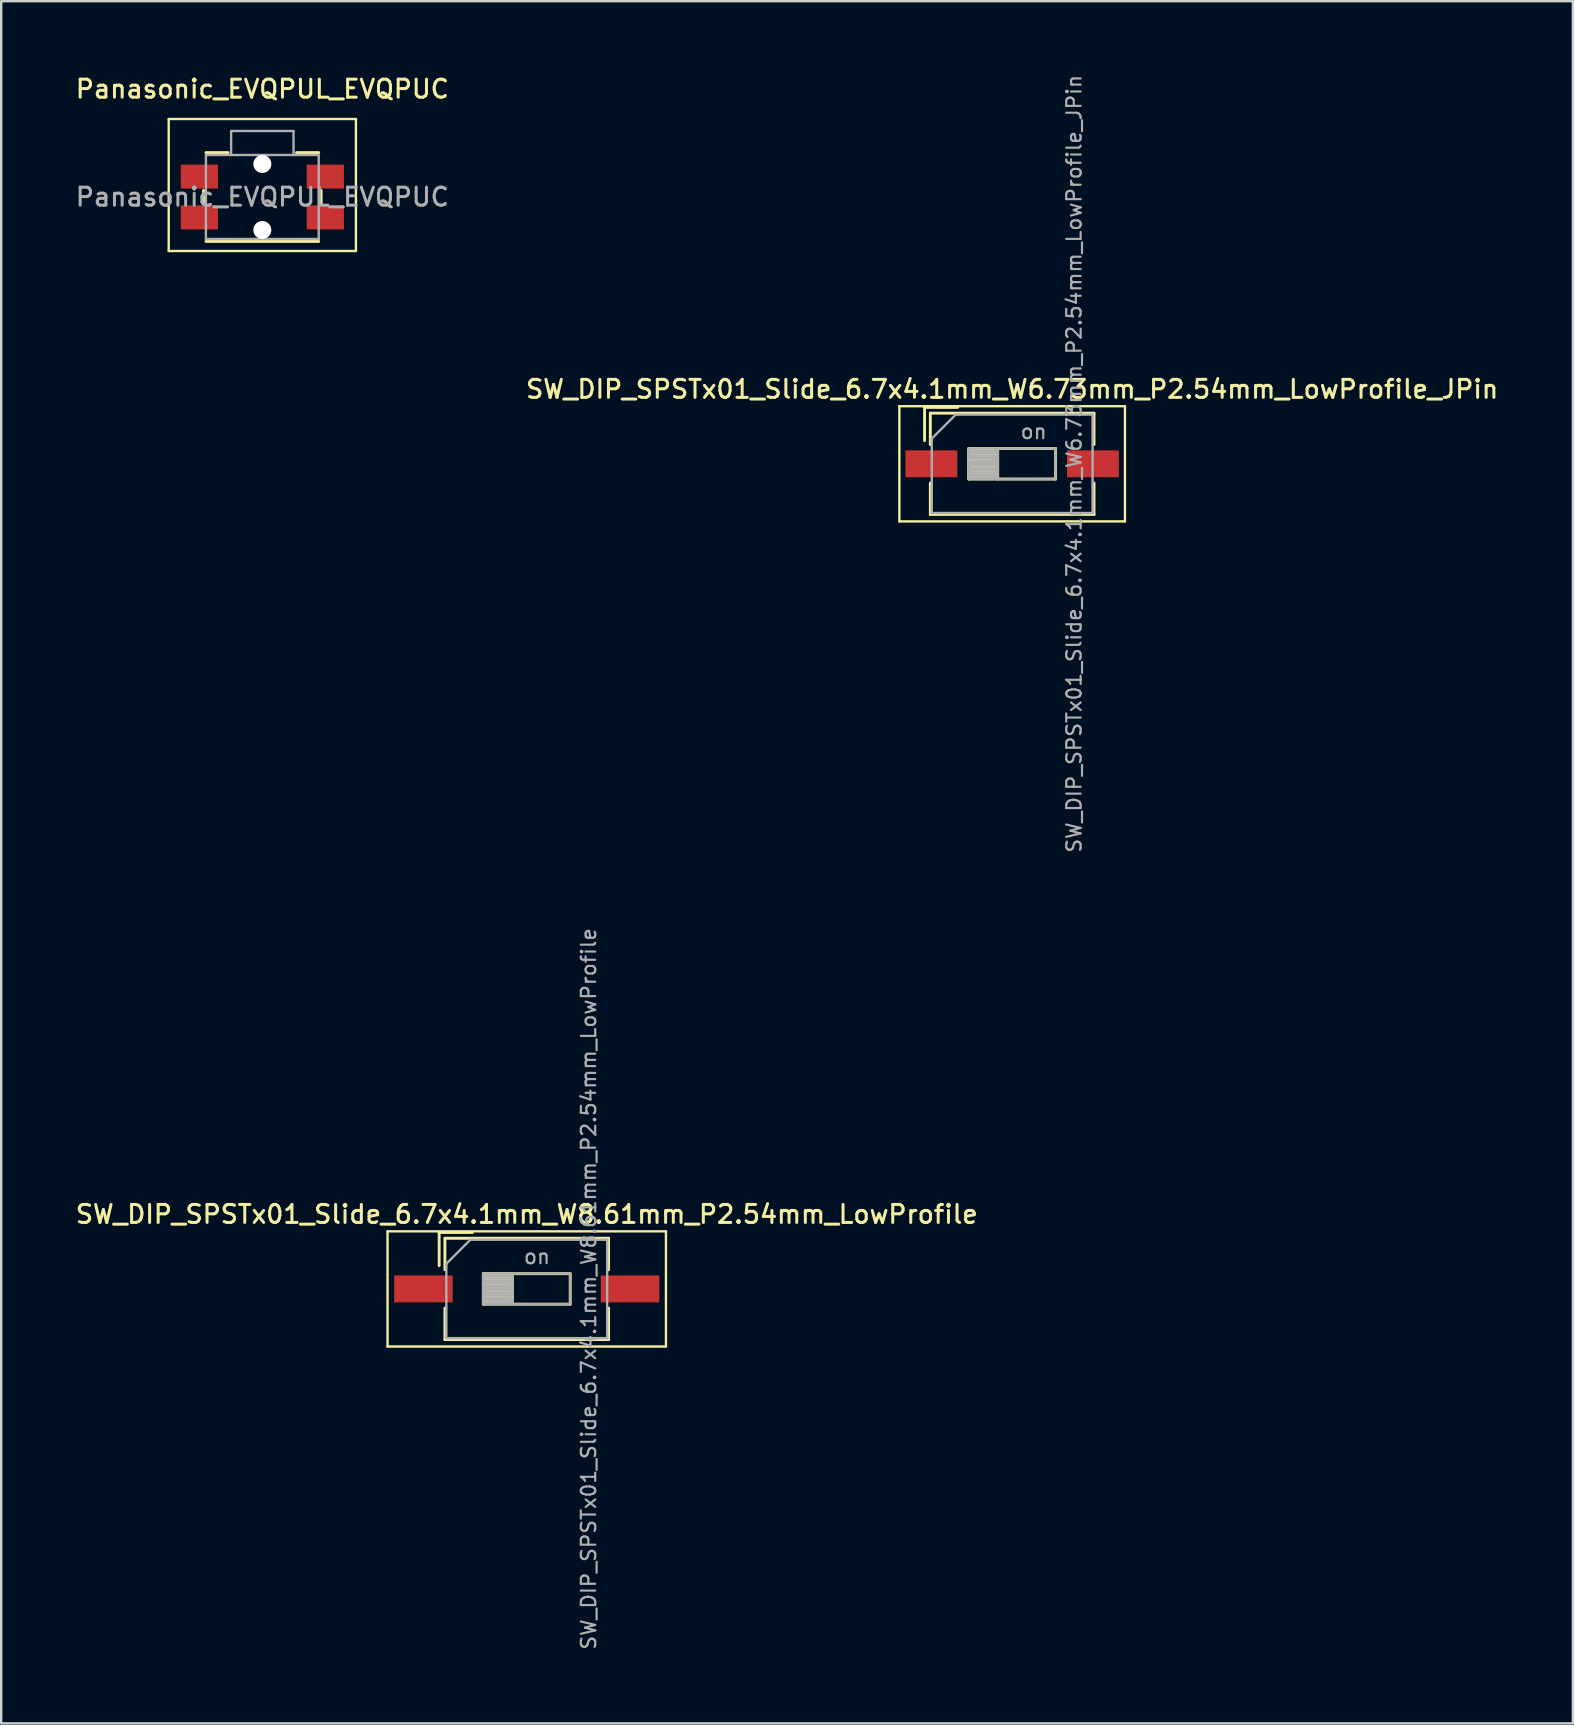
<source format=kicad_pcb>
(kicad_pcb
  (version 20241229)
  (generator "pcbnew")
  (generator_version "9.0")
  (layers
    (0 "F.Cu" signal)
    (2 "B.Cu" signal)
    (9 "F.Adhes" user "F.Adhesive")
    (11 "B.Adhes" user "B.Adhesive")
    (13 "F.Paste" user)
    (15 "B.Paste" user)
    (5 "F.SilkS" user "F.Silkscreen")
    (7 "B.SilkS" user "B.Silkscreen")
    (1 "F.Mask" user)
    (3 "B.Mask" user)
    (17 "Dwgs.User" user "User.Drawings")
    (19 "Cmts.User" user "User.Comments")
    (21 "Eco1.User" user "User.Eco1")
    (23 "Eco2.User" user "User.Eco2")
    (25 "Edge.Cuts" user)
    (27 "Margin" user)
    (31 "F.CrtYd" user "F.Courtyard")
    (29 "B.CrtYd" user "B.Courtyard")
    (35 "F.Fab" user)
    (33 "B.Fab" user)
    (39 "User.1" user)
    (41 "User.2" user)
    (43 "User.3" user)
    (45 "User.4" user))
  (footprint "SW_DIP_SPSTx01_Slide_6.7x4.1mm_W8.61mm_P2.54mm_LowProfile"
    (layer "F.Cu")
    (at 18.898 50.654)
    (property "Reference" "SW_DIP_SPSTx01_Slide_6.7x4.1mm_W8.61mm_P2.54mm_LowProfile" (at 0 -3.11 0) (layer "F.SilkS") (effects (font (size 0.75 0.75) (thickness 0.125))))
    (attr smd)
    (fp_line (start -5.8 -2.4) (end -5.8 2.4) (stroke (width 0.1) (type solid)) (layer "F.SilkS"))
    (fp_line (start -5.8 2.4) (end 5.8 2.4) (stroke (width 0.1) (type solid)) (layer "F.SilkS"))
    (fp_line (start -3.65 -2.35) (end -3.65 -0.967) (stroke (width 0.12) (type solid)) (layer "F.SilkS"))
    (fp_line (start -3.65 -2.35) (end -2.267 -2.35) (stroke (width 0.12) (type solid)) (layer "F.SilkS"))
    (fp_line (start -3.41 -2.11) (end -3.41 -0.8) (stroke (width 0.12) (type solid)) (layer "F.SilkS"))
    (fp_line (start -3.41 -2.11) (end 3.41 -2.11) (stroke (width 0.12) (type solid)) (layer "F.SilkS"))
    (fp_line (start -3.41 0.8) (end -3.41 2.11) (stroke (width 0.12) (type solid)) (layer "F.SilkS"))
    (fp_line (start -3.41 2.11) (end 3.41 2.11) (stroke (width 0.12) (type solid)) (layer "F.SilkS"))
    (fp_line (start -1.81 -0.635) (end -1.81 0.635) (stroke (width 0.12) (type solid)) (layer "F.SilkS"))
    (fp_line (start -1.81 -0.515) (end -0.603 -0.515) (stroke (width 0.12) (type solid)) (layer "F.SilkS"))
    (fp_line (start -1.81 -0.395) (end -0.603 -0.395) (stroke (width 0.12) (type solid)) (layer "F.SilkS"))
    (fp_line (start -1.81 -0.275) (end -0.603 -0.275) (stroke (width 0.12) (type solid)) (layer "F.SilkS"))
    (fp_line (start -1.81 -0.155) (end -0.603 -0.155) (stroke (width 0.12) (type solid)) (layer "F.SilkS"))
    (fp_line (start -1.81 -0.035) (end -0.603 -0.035) (stroke (width 0.12) (type solid)) (layer "F.SilkS"))
    (fp_line (start -1.81 0.085) (end -0.603 0.085) (stroke (width 0.12) (type solid)) (layer "F.SilkS"))
    (fp_line (start -1.81 0.205) (end -0.603 0.205) (stroke (width 0.12) (type solid)) (layer "F.SilkS"))
    (fp_line (start -1.81 0.325) (end -0.603 0.325) (stroke (width 0.12) (type solid)) (layer "F.SilkS"))
    (fp_line (start -1.81 0.445) (end -0.603 0.445) (stroke (width 0.12) (type solid)) (layer "F.SilkS"))
    (fp_line (start -1.81 0.565) (end -0.603 0.565) (stroke (width 0.12) (type solid)) (layer "F.SilkS"))
    (fp_line (start -1.81 0.635) (end 1.81 0.635) (stroke (width 0.12) (type solid)) (layer "F.SilkS"))
    (fp_line (start -0.603 -0.635) (end -0.603 0.635) (stroke (width 0.12) (type solid)) (layer "F.SilkS"))
    (fp_line (start 1.81 -0.635) (end -1.81 -0.635) (stroke (width 0.12) (type solid)) (layer "F.SilkS"))
    (fp_line (start 1.81 0.635) (end 1.81 -0.635) (stroke (width 0.12) (type solid)) (layer "F.SilkS"))
    (fp_line (start 3.41 -2.11) (end 3.41 -0.8) (stroke (width 0.12) (type solid)) (layer "F.SilkS"))
    (fp_line (start 3.41 0.8) (end 3.41 2.11) (stroke (width 0.12) (type solid)) (layer "F.SilkS"))
    (fp_line (start 5.8 -2.4) (end -5.8 -2.4) (stroke (width 0.1) (type solid)) (layer "F.SilkS"))
    (fp_line (start 5.8 2.4) (end 5.8 -2.4) (stroke (width 0.1) (type solid)) (layer "F.SilkS"))
    (fp_line (start -3.35 -1.05) (end -2.35 -2.05) (stroke (width 0.1) (type solid)) (layer "F.Fab"))
    (fp_line (start -3.35 2.05) (end -3.35 -1.05) (stroke (width 0.1) (type solid)) (layer "F.Fab"))
    (fp_line (start -2.35 -2.05) (end 3.35 -2.05) (stroke (width 0.1) (type solid)) (layer "F.Fab"))
    (fp_line (start -1.81 -0.635) (end -1.81 0.635) (stroke (width 0.1) (type solid)) (layer "F.Fab"))
    (fp_line (start -1.81 -0.535) (end -0.603 -0.535) (stroke (width 0.1) (type solid)) (layer "F.Fab"))
    (fp_line (start -1.81 -0.435) (end -0.603 -0.435) (stroke (width 0.1) (type solid)) (layer "F.Fab"))
    (fp_line (start -1.81 -0.335) (end -0.603 -0.335) (stroke (width 0.1) (type solid)) (layer "F.Fab"))
    (fp_line (start -1.81 -0.235) (end -0.603 -0.235) (stroke (width 0.1) (type solid)) (layer "F.Fab"))
    (fp_line (start -1.81 -0.135) (end -0.603 -0.135) (stroke (width 0.1) (type solid)) (layer "F.Fab"))
    (fp_line (start -1.81 -0.035) (end -0.603 -0.035) (stroke (width 0.1) (type solid)) (layer "F.Fab"))
    (fp_line (start -1.81 0.065) (end -0.603 0.065) (stroke (width 0.1) (type solid)) (layer "F.Fab"))
    (fp_line (start -1.81 0.165) (end -0.603 0.165) (stroke (width 0.1) (type solid)) (layer "F.Fab"))
    (fp_line (start -1.81 0.265) (end -0.603 0.265) (stroke (width 0.1) (type solid)) (layer "F.Fab"))
    (fp_line (start -1.81 0.365) (end -0.603 0.365) (stroke (width 0.1) (type solid)) (layer "F.Fab"))
    (fp_line (start -1.81 0.465) (end -0.603 0.465) (stroke (width 0.1) (type solid)) (layer "F.Fab"))
    (fp_line (start -1.81 0.565) (end -0.603 0.565) (stroke (width 0.1) (type solid)) (layer "F.Fab"))
    (fp_line (start -1.81 0.635) (end 1.81 0.635) (stroke (width 0.1) (type solid)) (layer "F.Fab"))
    (fp_line (start -0.603 -0.635) (end -0.603 0.635) (stroke (width 0.1) (type solid)) (layer "F.Fab"))
    (fp_line (start 1.81 -0.635) (end -1.81 -0.635) (stroke (width 0.1) (type solid)) (layer "F.Fab"))
    (fp_line (start 1.81 0.635) (end 1.81 -0.635) (stroke (width 0.1) (type solid)) (layer "F.Fab"))
    (fp_line (start 3.35 -2.05) (end 3.35 2.05) (stroke (width 0.1) (type solid)) (layer "F.Fab"))
    (fp_line (start 3.35 2.05) (end -3.35 2.05) (stroke (width 0.1) (type solid)) (layer "F.Fab"))
    (fp_text user "${REFERENCE}" (at 2.58 0 90) (layer "F.Fab") (effects (font (size 0.6 0.6) (thickness 0.09))))
    (fp_text user "on" (at 0.427 -1.343 0) (layer "F.Fab") (effects (font (size 0.6 0.6) (thickness 0.09))))
    (pad "1" smd rect (at -4.305 0) (size 2.44 1.12) (layers "F.Cu" "F.Mask" "F.Paste"))
    (pad "2" smd rect (at 4.305 0) (size 2.44 1.12) (layers "F.Cu" "F.Mask" "F.Paste")))
  (footprint "Panasonic_EVQPUL_EVQPUC"
    (layer "F.Cu")
    (at 7.88 5.158)
    (property "Reference" "Panasonic_EVQPUL_EVQPUC" (at 0 -4.5 0) (layer "F.SilkS") (effects (font (size 0.75 0.75) (thickness 0.125))))
    (attr smd)
    (fp_line (start -3.9 2.25) (end -3.9 -3.25) (stroke (width 0.1) (type solid)) (layer "F.SilkS"))
    (fp_line (start -2.45 0.275) (end -2.45 -0.275) (stroke (width 0.12) (type solid)) (layer "F.SilkS"))
    (fp_line (start -1.425 -1.85) (end -2.35 -1.85) (stroke (width 0.12) (type solid)) (layer "F.SilkS"))
    (fp_line (start 2.35 -1.85) (end 1.425 -1.85) (stroke (width 0.12) (type solid)) (layer "F.SilkS"))
    (fp_line (start 2.35 1.85) (end -2.35 1.85) (stroke (width 0.12) (type solid)) (layer "F.SilkS"))
    (fp_line (start 2.45 0.275) (end 2.45 -0.275) (stroke (width 0.12) (type solid)) (layer "F.SilkS"))
    (fp_line (start 3.9 -3.25) (end -3.9 -3.25) (stroke (width 0.1) (type solid)) (layer "F.SilkS"))
    (fp_line (start 3.9 2.25) (end -3.9 2.25) (stroke (width 0.1) (type solid)) (layer "F.SilkS"))
    (fp_line (start 3.9 2.25) (end 3.9 -3.25) (stroke (width 0.1) (type solid)) (layer "F.SilkS"))
    (fp_line (start -2.35 1.75) (end -2.35 -1.75) (stroke (width 0.1) (type solid)) (layer "F.Fab"))
    (fp_line (start -1.3 -2.75) (end -1.3 -1.75) (stroke (width 0.1) (type solid)) (layer "F.Fab"))
    (fp_line (start 1.3 -2.75) (end -1.3 -2.75) (stroke (width 0.1) (type solid)) (layer "F.Fab"))
    (fp_line (start 1.3 -2.75) (end 1.3 -1.75) (stroke (width 0.1) (type solid)) (layer "F.Fab"))
    (fp_line (start 2.35 -1.75) (end -2.35 -1.75) (stroke (width 0.1) (type solid)) (layer "F.Fab"))
    (fp_line (start 2.35 1.75) (end -2.35 1.75) (stroke (width 0.1) (type solid)) (layer "F.Fab"))
    (fp_line (start 2.35 1.75) (end 2.35 -1.75) (stroke (width 0.1) (type solid)) (layer "F.Fab"))
    (fp_text user "${REFERENCE}" (at 0 0 0) (layer "F.Fab") (effects (font (size 0.75 0.75) (thickness 0.125))))
    (pad "" np_thru_hole circle (at 0 -1.375 180) (size 0.75 0.75) (drill 0.75) (layers "*.Cu" "*.Mask"))
    (pad "" np_thru_hole circle (at 0 1.375 180) (size 0.75 0.75) (drill 0.75) (layers "*.Cu" "*.Mask"))
    (pad "1" smd rect (at -2.625 -0.85 180) (size 1.55 1) (layers "F.Cu" "F.Mask" "F.Paste"))
    (pad "1" smd rect (at 2.625 -0.85 180) (size 1.55 1) (layers "F.Cu" "F.Mask" "F.Paste"))
    (pad "2" smd rect (at -2.625 0.85 180) (size 1.55 1) (layers "F.Cu" "F.Mask" "F.Paste"))
    (pad "2" smd rect (at 2.625 0.85 180) (size 1.55 1) (layers "F.Cu" "F.Mask" "F.Paste")))
  (footprint "SW_DIP_SPSTx01_Slide_6.7x4.1mm_W6.73mm_P2.54mm_LowProfile_JPin"
    (layer "F.Cu")
    (at 39.123 16.275)
    (property "Reference" "SW_DIP_SPSTx01_Slide_6.7x4.1mm_W6.73mm_P2.54mm_LowProfile_JPin" (at 0 -3.11 0) (layer "F.SilkS") (effects (font (size 0.75 0.75) (thickness 0.125))))
    (attr smd)
    (fp_line (start -4.7 -2.4) (end -4.7 2.4) (stroke (width 0.1) (type solid)) (layer "F.SilkS"))
    (fp_line (start -4.7 2.4) (end 4.7 2.4) (stroke (width 0.1) (type solid)) (layer "F.SilkS"))
    (fp_line (start -3.65 -2.35) (end -3.65 -0.967) (stroke (width 0.12) (type solid)) (layer "F.SilkS"))
    (fp_line (start -3.65 -2.35) (end -2.267 -2.35) (stroke (width 0.12) (type solid)) (layer "F.SilkS"))
    (fp_line (start -3.41 -2.11) (end -3.41 -0.8) (stroke (width 0.12) (type solid)) (layer "F.SilkS"))
    (fp_line (start -3.41 -2.11) (end 3.41 -2.11) (stroke (width 0.12) (type solid)) (layer "F.SilkS"))
    (fp_line (start -3.41 0.8) (end -3.41 2.11) (stroke (width 0.12) (type solid)) (layer "F.SilkS"))
    (fp_line (start -3.41 2.11) (end 3.41 2.11) (stroke (width 0.12) (type solid)) (layer "F.SilkS"))
    (fp_line (start -1.81 -0.635) (end -1.81 0.635) (stroke (width 0.12) (type solid)) (layer "F.SilkS"))
    (fp_line (start -1.81 -0.515) (end -0.603 -0.515) (stroke (width 0.12) (type solid)) (layer "F.SilkS"))
    (fp_line (start -1.81 -0.395) (end -0.603 -0.395) (stroke (width 0.12) (type solid)) (layer "F.SilkS"))
    (fp_line (start -1.81 -0.275) (end -0.603 -0.275) (stroke (width 0.12) (type solid)) (layer "F.SilkS"))
    (fp_line (start -1.81 -0.155) (end -0.603 -0.155) (stroke (width 0.12) (type solid)) (layer "F.SilkS"))
    (fp_line (start -1.81 -0.035) (end -0.603 -0.035) (stroke (width 0.12) (type solid)) (layer "F.SilkS"))
    (fp_line (start -1.81 0.085) (end -0.603 0.085) (stroke (width 0.12) (type solid)) (layer "F.SilkS"))
    (fp_line (start -1.81 0.205) (end -0.603 0.205) (stroke (width 0.12) (type solid)) (layer "F.SilkS"))
    (fp_line (start -1.81 0.325) (end -0.603 0.325) (stroke (width 0.12) (type solid)) (layer "F.SilkS"))
    (fp_line (start -1.81 0.445) (end -0.603 0.445) (stroke (width 0.12) (type solid)) (layer "F.SilkS"))
    (fp_line (start -1.81 0.565) (end -0.603 0.565) (stroke (width 0.12) (type solid)) (layer "F.SilkS"))
    (fp_line (start -1.81 0.635) (end 1.81 0.635) (stroke (width 0.12) (type solid)) (layer "F.SilkS"))
    (fp_line (start -0.603 -0.635) (end -0.603 0.635) (stroke (width 0.12) (type solid)) (layer "F.SilkS"))
    (fp_line (start 1.81 -0.635) (end -1.81 -0.635) (stroke (width 0.12) (type solid)) (layer "F.SilkS"))
    (fp_line (start 1.81 0.635) (end 1.81 -0.635) (stroke (width 0.12) (type solid)) (layer "F.SilkS"))
    (fp_line (start 3.41 -2.11) (end 3.41 -0.8) (stroke (width 0.12) (type solid)) (layer "F.SilkS"))
    (fp_line (start 3.41 0.8) (end 3.41 2.11) (stroke (width 0.12) (type solid)) (layer "F.SilkS"))
    (fp_line (start 4.7 -2.4) (end -4.7 -2.4) (stroke (width 0.1) (type solid)) (layer "F.SilkS"))
    (fp_line (start 4.7 2.4) (end 4.7 -2.4) (stroke (width 0.1) (type solid)) (layer "F.SilkS"))
    (fp_line (start -3.35 -1.05) (end -2.35 -2.05) (stroke (width 0.1) (type solid)) (layer "F.Fab"))
    (fp_line (start -3.35 2.05) (end -3.35 -1.05) (stroke (width 0.1) (type solid)) (layer "F.Fab"))
    (fp_line (start -2.35 -2.05) (end 3.35 -2.05) (stroke (width 0.1) (type solid)) (layer "F.Fab"))
    (fp_line (start -1.81 -0.635) (end -1.81 0.635) (stroke (width 0.1) (type solid)) (layer "F.Fab"))
    (fp_line (start -1.81 -0.535) (end -0.603 -0.535) (stroke (width 0.1) (type solid)) (layer "F.Fab"))
    (fp_line (start -1.81 -0.435) (end -0.603 -0.435) (stroke (width 0.1) (type solid)) (layer "F.Fab"))
    (fp_line (start -1.81 -0.335) (end -0.603 -0.335) (stroke (width 0.1) (type solid)) (layer "F.Fab"))
    (fp_line (start -1.81 -0.235) (end -0.603 -0.235) (stroke (width 0.1) (type solid)) (layer "F.Fab"))
    (fp_line (start -1.81 -0.135) (end -0.603 -0.135) (stroke (width 0.1) (type solid)) (layer "F.Fab"))
    (fp_line (start -1.81 -0.035) (end -0.603 -0.035) (stroke (width 0.1) (type solid)) (layer "F.Fab"))
    (fp_line (start -1.81 0.065) (end -0.603 0.065) (stroke (width 0.1) (type solid)) (layer "F.Fab"))
    (fp_line (start -1.81 0.165) (end -0.603 0.165) (stroke (width 0.1) (type solid)) (layer "F.Fab"))
    (fp_line (start -1.81 0.265) (end -0.603 0.265) (stroke (width 0.1) (type solid)) (layer "F.Fab"))
    (fp_line (start -1.81 0.365) (end -0.603 0.365) (stroke (width 0.1) (type solid)) (layer "F.Fab"))
    (fp_line (start -1.81 0.465) (end -0.603 0.465) (stroke (width 0.1) (type solid)) (layer "F.Fab"))
    (fp_line (start -1.81 0.565) (end -0.603 0.565) (stroke (width 0.1) (type solid)) (layer "F.Fab"))
    (fp_line (start -1.81 0.635) (end 1.81 0.635) (stroke (width 0.1) (type solid)) (layer "F.Fab"))
    (fp_line (start -0.603 -0.635) (end -0.603 0.635) (stroke (width 0.1) (type solid)) (layer "F.Fab"))
    (fp_line (start 1.81 -0.635) (end -1.81 -0.635) (stroke (width 0.1) (type solid)) (layer "F.Fab"))
    (fp_line (start 1.81 0.635) (end 1.81 -0.635) (stroke (width 0.1) (type solid)) (layer "F.Fab"))
    (fp_line (start 3.35 -2.05) (end 3.35 2.05) (stroke (width 0.1) (type solid)) (layer "F.Fab"))
    (fp_line (start 3.35 2.05) (end -3.35 2.05) (stroke (width 0.1) (type solid)) (layer "F.Fab"))
    (fp_text user "on" (at 0.897 -1.343 0) (layer "F.Fab") (effects (font (size 0.6 0.6) (thickness 0.09))))
    (fp_text user "${REFERENCE}" (at 2.58 0 90) (layer "F.Fab") (effects (font (size 0.6 0.6) (thickness 0.09))))
    (pad "1" smd rect (at -3.365 0) (size 2.16 1.12) (layers "F.Cu" "F.Mask" "F.Paste"))
    (pad "2" smd rect (at 3.365 0) (size 2.16 1.12) (layers "F.Cu" "F.Mask" "F.Paste")))
  (gr_rect
    (start -3 -3)
    (end 62.486 68.757)
    (stroke (width 0.1) (type default))
    (fill no)
    (layer "Edge.Cuts")))
</source>
